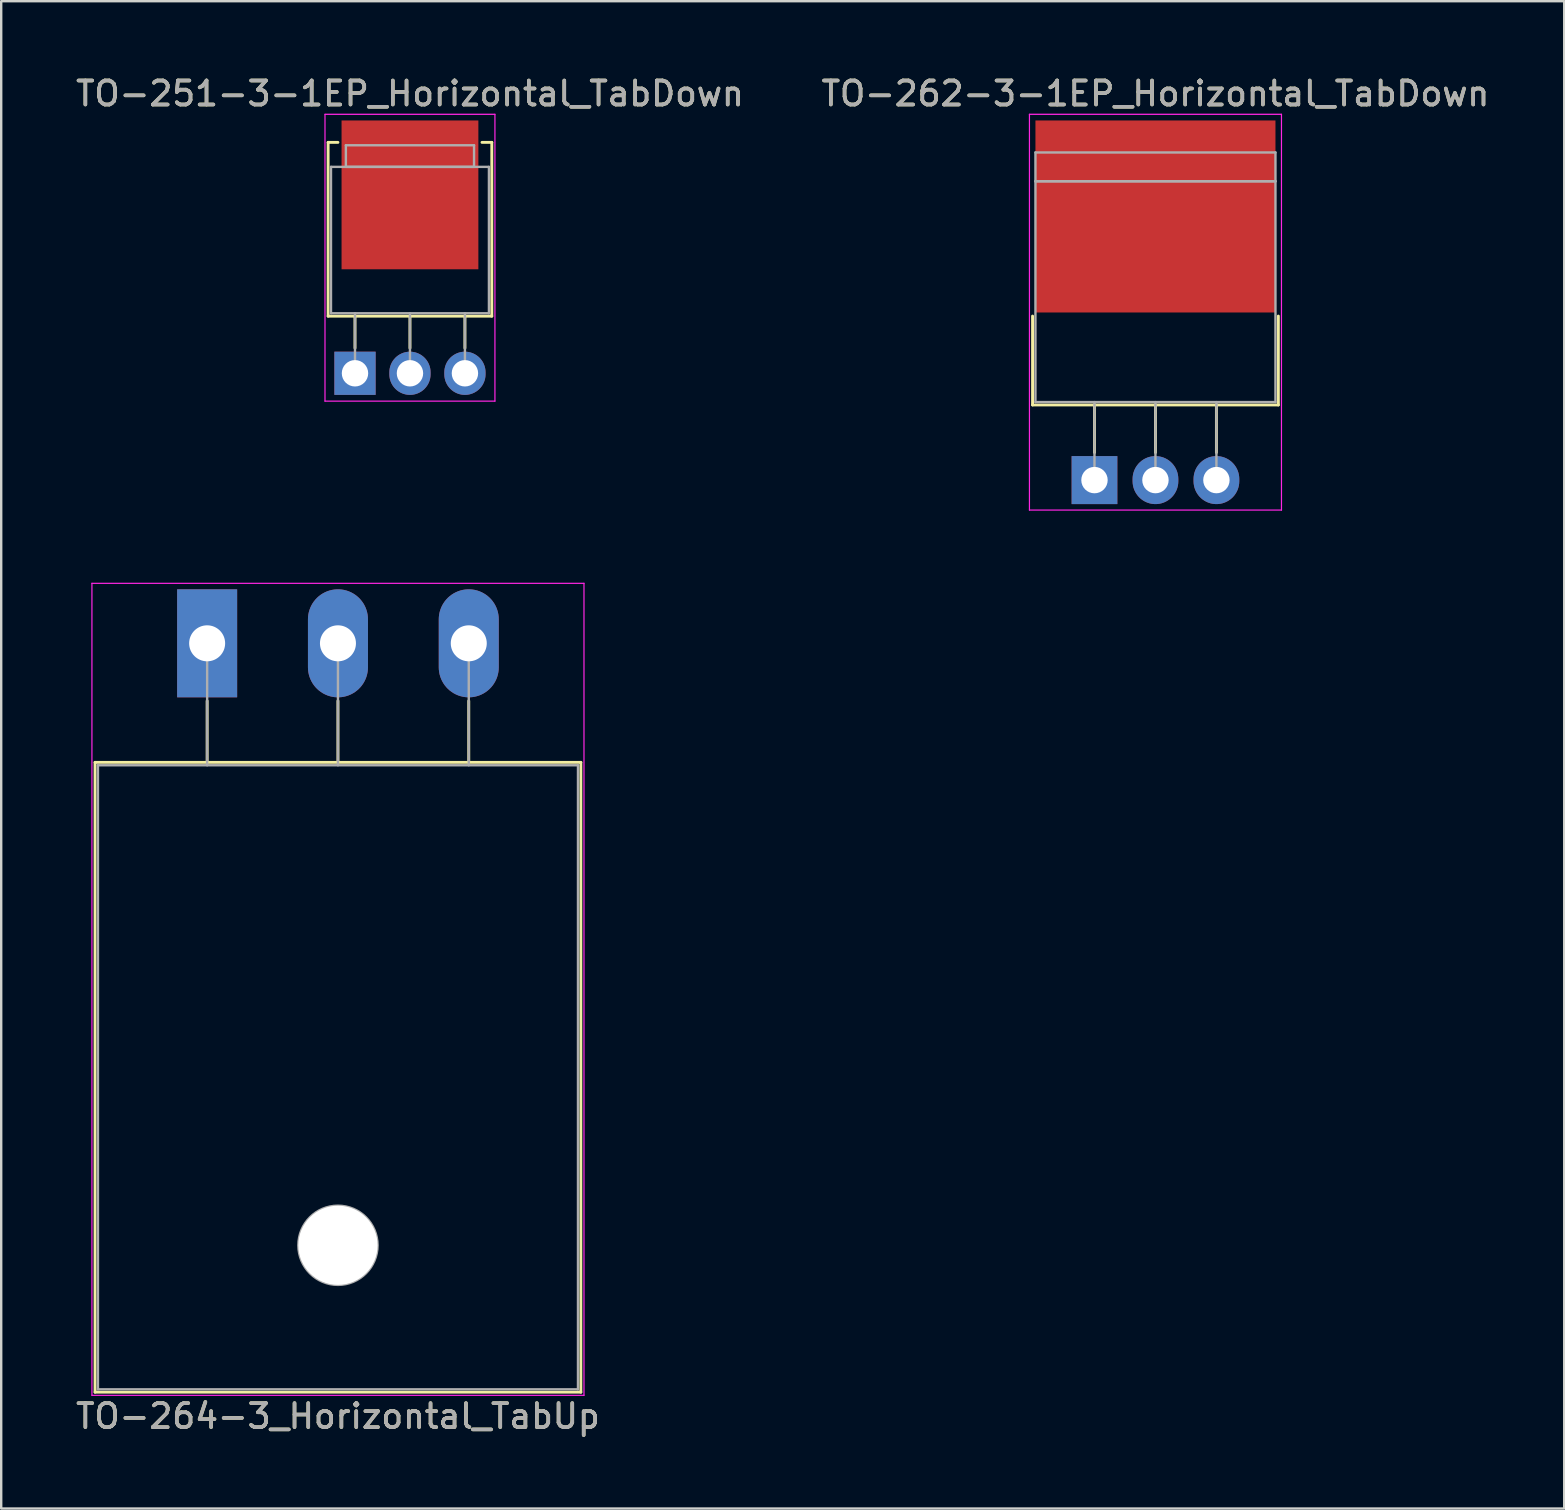
<source format=kicad_pcb>
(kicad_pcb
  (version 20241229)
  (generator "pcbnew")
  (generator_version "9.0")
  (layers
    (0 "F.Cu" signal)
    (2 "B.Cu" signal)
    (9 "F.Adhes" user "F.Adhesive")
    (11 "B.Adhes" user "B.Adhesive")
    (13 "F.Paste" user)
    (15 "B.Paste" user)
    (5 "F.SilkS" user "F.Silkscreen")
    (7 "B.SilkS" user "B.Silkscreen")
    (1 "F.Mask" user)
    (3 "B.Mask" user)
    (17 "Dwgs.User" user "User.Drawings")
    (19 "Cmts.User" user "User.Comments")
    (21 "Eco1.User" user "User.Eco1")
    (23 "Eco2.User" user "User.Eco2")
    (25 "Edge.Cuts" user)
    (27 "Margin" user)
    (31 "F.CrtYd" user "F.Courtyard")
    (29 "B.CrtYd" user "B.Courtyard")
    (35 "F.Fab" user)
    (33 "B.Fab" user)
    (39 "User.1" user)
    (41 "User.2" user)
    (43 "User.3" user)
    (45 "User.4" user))
  (footprint "TO-262-3-1EP_Horizontal_TabDown"
    (layer "F.Cu")
    (at 42.549 16.952)
    (property "Reference" "TO-262-3-1EP_Horizontal_TabDown" (at 2.54 -16.103 0) (layer "F.SilkS") (effects (font (size 1 1) (thickness 0.15))))
    (attr through_hole)
    (fp_line (start -2.58 -6.834) (end -2.58 -3.13) (stroke (width 0.12) (type solid)) (layer "F.SilkS"))
    (fp_line (start -2.58 -3.13) (end 7.66 -3.13) (stroke (width 0.12) (type solid)) (layer "F.SilkS"))
    (fp_line (start 0 -3.13) (end 0 -1.15) (stroke (width 0.12) (type solid)) (layer "F.SilkS"))
    (fp_line (start 2.54 -3.13) (end 2.54 -1.15) (stroke (width 0.12) (type solid)) (layer "F.SilkS"))
    (fp_line (start 5.08 -3.13) (end 5.08 -1.15) (stroke (width 0.12) (type solid)) (layer "F.SilkS"))
    (fp_line (start 7.66 -6.834) (end 7.66 -3.13) (stroke (width 0.12) (type solid)) (layer "F.SilkS"))
    (fp_line (start -2.71 -15.24) (end -2.71 1.25) (stroke (width 0.05) (type solid)) (layer "F.CrtYd"))
    (fp_line (start -2.71 1.25) (end 7.79 1.25) (stroke (width 0.05) (type solid)) (layer "F.CrtYd"))
    (fp_line (start 7.79 -15.24) (end -2.71 -15.24) (stroke (width 0.05) (type solid)) (layer "F.CrtYd"))
    (fp_line (start 7.79 1.25) (end 7.79 -15.24) (stroke (width 0.05) (type solid)) (layer "F.CrtYd"))
    (fp_line (start -2.46 -13.65) (end 7.54 -13.65) (stroke (width 0.1) (type solid)) (layer "F.Fab"))
    (fp_line (start -2.46 -12.45) (end -2.46 -13.65) (stroke (width 0.1) (type solid)) (layer "F.Fab"))
    (fp_line (start -2.46 -12.45) (end 7.54 -12.45) (stroke (width 0.1) (type solid)) (layer "F.Fab"))
    (fp_line (start -2.46 -3.25) (end -2.46 -12.45) (stroke (width 0.1) (type solid)) (layer "F.Fab"))
    (fp_line (start 0 -3.25) (end 0 0) (stroke (width 0.1) (type solid)) (layer "F.Fab"))
    (fp_line (start 2.54 -3.25) (end 2.54 0) (stroke (width 0.1) (type solid)) (layer "F.Fab"))
    (fp_line (start 5.08 -3.25) (end 5.08 0) (stroke (width 0.1) (type solid)) (layer "F.Fab"))
    (fp_line (start 7.54 -13.65) (end 7.54 -12.45) (stroke (width 0.1) (type solid)) (layer "F.Fab"))
    (fp_line (start 7.54 -12.45) (end -2.46 -12.45) (stroke (width 0.1) (type solid)) (layer "F.Fab"))
    (fp_line (start 7.54 -12.45) (end 7.54 -3.25) (stroke (width 0.1) (type solid)) (layer "F.Fab"))
    (fp_line (start 7.54 -3.25) (end -2.46 -3.25) (stroke (width 0.1) (type solid)) (layer "F.Fab"))
    (fp_text user "${REFERENCE}" (at 2.54 -16.103 0) (layer "F.Fab") (effects (font (size 1 1) (thickness 0.15))))
    (pad "1" thru_hole rect (at 0 0) (size 1.905 2) (drill 1.1) (layers "*.Cu" "*.Mask"))
    (pad "2" thru_hole oval (at 2.54 0) (size 1.905 2) (drill 1.1) (layers "*.Cu" "*.Mask"))
    (pad "3" thru_hole oval (at 5.08 0) (size 1.905 2) (drill 1.1) (layers "*.Cu" "*.Mask"))
    (pad "4" smd rect (at 2.54 -10.983) (size 10 8) (layers "F.Cu" "F.Mask" "F.Paste")))
  (footprint "TO-264-3_Horizontal_TabUp"
    (layer "F.Cu")
    (at 5.58 23.752)
    (property "Reference" "TO-264-3_Horizontal_TabUp" (at 5.45 32.2 0) (layer "F.SilkS") (effects (font (size 1 1) (thickness 0.15))))
    (attr through_hole)
    (fp_line (start -4.67 4.96) (end -4.67 31.2) (stroke (width 0.12) (type solid)) (layer "F.SilkS"))
    (fp_line (start -4.67 4.96) (end 15.57 4.96) (stroke (width 0.12) (type solid)) (layer "F.SilkS"))
    (fp_line (start -4.67 31.2) (end 15.57 31.2) (stroke (width 0.12) (type solid)) (layer "F.SilkS"))
    (fp_line (start 0 2.4) (end 0 4.96) (stroke (width 0.12) (type solid)) (layer "F.SilkS"))
    (fp_line (start 5.45 2.4) (end 5.45 4.96) (stroke (width 0.12) (type solid)) (layer "F.SilkS"))
    (fp_line (start 10.9 2.4) (end 10.9 4.96) (stroke (width 0.12) (type solid)) (layer "F.SilkS"))
    (fp_line (start 15.57 4.96) (end 15.57 31.2) (stroke (width 0.12) (type solid)) (layer "F.SilkS"))
    (fp_line (start -4.8 -2.5) (end -4.8 31.33) (stroke (width 0.05) (type solid)) (layer "F.CrtYd"))
    (fp_line (start -4.8 31.33) (end 15.7 31.33) (stroke (width 0.05) (type solid)) (layer "F.CrtYd"))
    (fp_line (start 15.7 -2.5) (end -4.8 -2.5) (stroke (width 0.05) (type solid)) (layer "F.CrtYd"))
    (fp_line (start 15.7 31.33) (end 15.7 -2.5) (stroke (width 0.05) (type solid)) (layer "F.CrtYd"))
    (fp_line (start -4.55 5.08) (end -4.55 31.08) (stroke (width 0.1) (type solid)) (layer "F.Fab"))
    (fp_line (start -4.55 31.08) (end 15.45 31.08) (stroke (width 0.1) (type solid)) (layer "F.Fab"))
    (fp_line (start 0 5.08) (end 0 0) (stroke (width 0.1) (type solid)) (layer "F.Fab"))
    (fp_line (start 5.45 5.08) (end 5.45 0) (stroke (width 0.1) (type solid)) (layer "F.Fab"))
    (fp_line (start 10.9 5.08) (end 10.9 0) (stroke (width 0.1) (type solid)) (layer "F.Fab"))
    (fp_line (start 15.45 5.08) (end -4.55 5.08) (stroke (width 0.1) (type solid)) (layer "F.Fab"))
    (fp_line (start 15.45 31.08) (end 15.45 5.08) (stroke (width 0.1) (type solid)) (layer "F.Fab"))
    (fp_circle (center 5.45 25.08) (end 7.1 25.08) (stroke (width 0.1) (type solid)) (fill no) (layer "F.Fab"))
    (fp_text user "${REFERENCE}" (at 5.45 32.2 0) (layer "F.Fab") (effects (font (size 1 1) (thickness 0.15))))
    (pad "" np_thru_hole oval (at 5.45 25.08) (size 3.3 3.3) (drill 3.3) (layers "*.Cu" "*.Mask"))
    (pad "1" thru_hole rect (at 0 0) (size 2.5 4.5) (drill 1.5) (layers "*.Cu" "*.Mask"))
    (pad "2" thru_hole oval (at 5.45 0) (size 2.5 4.5) (drill 1.5) (layers "*.Cu" "*.Mask"))
    (pad "3" thru_hole oval (at 10.9 0) (size 2.5 4.5) (drill 1.5) (layers "*.Cu" "*.Mask")))
  (footprint "TO-251-3-1EP_Horizontal_TabDown"
    (layer "F.Cu")
    (at 11.74 12.502)
    (property "Reference" "TO-251-3-1EP_Horizontal_TabDown" (at 2.29 -11.653 0) (layer "F.SilkS") (effects (font (size 1 1) (thickness 0.15))))
    (attr through_hole)
    (fp_line (start -1.12 -9.62) (end -1.12 -2.38) (stroke (width 0.12) (type solid)) (layer "F.SilkS"))
    (fp_line (start -1.12 -9.62) (end -0.711 -9.62) (stroke (width 0.12) (type solid)) (layer "F.SilkS"))
    (fp_line (start -1.12 -2.38) (end 5.7 -2.38) (stroke (width 0.12) (type solid)) (layer "F.SilkS"))
    (fp_line (start 0 -2.38) (end 0 -1.05) (stroke (width 0.12) (type solid)) (layer "F.SilkS"))
    (fp_line (start 2.29 -2.38) (end 2.29 -1.05) (stroke (width 0.12) (type solid)) (layer "F.SilkS"))
    (fp_line (start 4.58 -2.38) (end 4.58 -1.05) (stroke (width 0.12) (type solid)) (layer "F.SilkS"))
    (fp_line (start 5.291 -9.62) (end 5.7 -9.62) (stroke (width 0.12) (type solid)) (layer "F.SilkS"))
    (fp_line (start 5.7 -9.62) (end 5.7 -2.38) (stroke (width 0.12) (type solid)) (layer "F.SilkS"))
    (fp_line (start -1.25 -10.79) (end -1.25 1.16) (stroke (width 0.05) (type solid)) (layer "F.CrtYd"))
    (fp_line (start -1.25 1.16) (end 5.83 1.16) (stroke (width 0.05) (type solid)) (layer "F.CrtYd"))
    (fp_line (start 5.83 -10.79) (end -1.25 -10.79) (stroke (width 0.05) (type solid)) (layer "F.CrtYd"))
    (fp_line (start 5.83 1.16) (end 5.83 -10.79) (stroke (width 0.05) (type solid)) (layer "F.CrtYd"))
    (fp_line (start -1 -8.6) (end 5.58 -8.6) (stroke (width 0.1) (type solid)) (layer "F.Fab"))
    (fp_line (start -1 -2.5) (end -1 -8.6) (stroke (width 0.1) (type solid)) (layer "F.Fab"))
    (fp_line (start -0.38 -9.5) (end 4.96 -9.5) (stroke (width 0.1) (type solid)) (layer "F.Fab"))
    (fp_line (start -0.38 -8.6) (end -0.38 -9.5) (stroke (width 0.1) (type solid)) (layer "F.Fab"))
    (fp_line (start 0 -2.5) (end 0 0) (stroke (width 0.1) (type solid)) (layer "F.Fab"))
    (fp_line (start 2.29 -2.5) (end 2.29 0) (stroke (width 0.1) (type solid)) (layer "F.Fab"))
    (fp_line (start 4.58 -2.5) (end 4.58 0) (stroke (width 0.1) (type solid)) (layer "F.Fab"))
    (fp_line (start 4.96 -9.5) (end 4.96 -8.6) (stroke (width 0.1) (type solid)) (layer "F.Fab"))
    (fp_line (start 4.96 -8.6) (end -0.38 -8.6) (stroke (width 0.1) (type solid)) (layer "F.Fab"))
    (fp_line (start 5.58 -8.6) (end 5.58 -2.5) (stroke (width 0.1) (type solid)) (layer "F.Fab"))
    (fp_line (start 5.58 -2.5) (end -1 -2.5) (stroke (width 0.1) (type solid)) (layer "F.Fab"))
    (fp_text user "${REFERENCE}" (at 2.29 -11.653 0) (layer "F.Fab") (effects (font (size 1 1) (thickness 0.15))))
    (pad "1" thru_hole rect (at 0 0) (size 1.718 1.8) (drill 1.1) (layers "*.Cu" "*.Mask"))
    (pad "2" thru_hole oval (at 2.29 0) (size 1.718 1.8) (drill 1.1) (layers "*.Cu" "*.Mask"))
    (pad "3" thru_hole oval (at 4.58 0) (size 1.718 1.8) (drill 1.1) (layers "*.Cu" "*.Mask"))
    (pad "4" smd rect (at 2.29 -7.433) (size 5.7 6.2) (layers "F.Cu" "F.Mask" "F.Paste")))
  (gr_rect
    (start -3 -3)
    (end 62.119 59.8)
    (stroke (width 0.1) (type default))
    (fill no)
    (layer "Edge.Cuts")))
</source>
